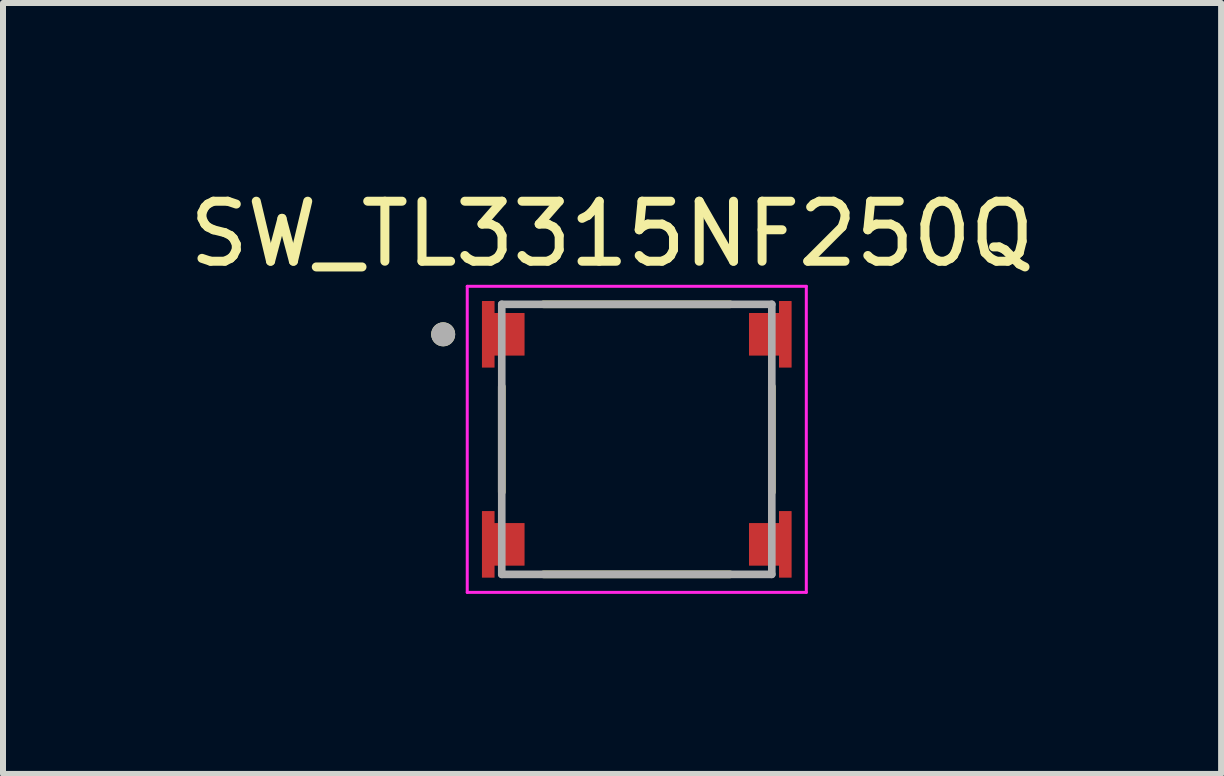
<source format=kicad_pcb>
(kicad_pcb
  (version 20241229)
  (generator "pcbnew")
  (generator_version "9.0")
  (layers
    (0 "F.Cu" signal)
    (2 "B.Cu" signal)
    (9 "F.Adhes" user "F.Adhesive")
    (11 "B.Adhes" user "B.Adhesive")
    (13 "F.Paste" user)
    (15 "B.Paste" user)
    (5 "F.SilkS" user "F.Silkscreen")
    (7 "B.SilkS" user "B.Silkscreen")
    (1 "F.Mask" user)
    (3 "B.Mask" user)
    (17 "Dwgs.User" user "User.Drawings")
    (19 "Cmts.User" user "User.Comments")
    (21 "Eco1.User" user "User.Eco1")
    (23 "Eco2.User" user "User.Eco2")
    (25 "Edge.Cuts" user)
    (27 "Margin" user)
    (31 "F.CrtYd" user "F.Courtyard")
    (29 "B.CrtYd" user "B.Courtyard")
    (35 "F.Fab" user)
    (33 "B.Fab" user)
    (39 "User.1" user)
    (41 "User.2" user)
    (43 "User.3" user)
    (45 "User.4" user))
  (footprint "SW_TL3315NF250Q"
    (layer "F.Cu")
    (at 7.561 4.271)
    (property "Reference" "SW_TL3315NF250Q" (at -0.412 -3.423 0) (layer "F.SilkS") (effects (font (size 1 1) (thickness 0.15))))
    (attr smd)
    (fp_poly (pts (xy -2.675 -2.4) (xy -2.675 -1.1) (xy -2.275 -1.1) (xy -2.275 -1.3) (xy -1.775 -1.3) (xy -1.775 -2.2) (xy -2.275 -2.2) (xy -2.275 -2.4)) (stroke (width 0.01) (type solid)) (fill yes) (layer "F.Mask"))
    (fp_poly (pts (xy -2.275 2.4) (xy -2.675 2.4) (xy -2.675 1.1) (xy -2.275 1.1) (xy -2.275 1.3) (xy -1.775 1.3) (xy -1.775 2.2) (xy -2.275 2.2)) (stroke (width 0.01) (type solid)) (fill yes) (layer "F.Mask"))
    (fp_poly (pts (xy 2.275 -1.3) (xy 1.775 -1.3) (xy 1.775 -2.2) (xy 2.275 -2.2) (xy 2.275 -2.4) (xy 2.675 -2.4) (xy 2.675 -1.1) (xy 2.275 -1.1)) (stroke (width 0.01) (type solid)) (fill yes) (layer "F.Mask"))
    (fp_poly (pts (xy 2.275 2.2) (xy 1.775 2.2) (xy 1.775 1.3) (xy 2.275 1.3) (xy 2.275 1.1) (xy 2.675 1.1) (xy 2.675 2.4) (xy 2.275 2.4)) (stroke (width 0.01) (type solid)) (fill yes) (layer "F.Mask"))
    (fp_line (start -2.25 -0.88) (end -2.25 0.88) (stroke (width 0.127) (type solid)) (layer "F.SilkS"))
    (fp_line (start -1.555 -2.25) (end 1.555 -2.25) (stroke (width 0.127) (type solid)) (layer "F.SilkS"))
    (fp_line (start -1.555 2.25) (end 1.555 2.25) (stroke (width 0.127) (type solid)) (layer "F.SilkS"))
    (fp_line (start 2.25 -0.88) (end 2.25 0.88) (stroke (width 0.127) (type solid)) (layer "F.SilkS"))
    (fp_circle (center -3.226 -1.75) (end -3.126 -1.75) (stroke (width 0.2) (type solid)) (fill no) (layer "F.SilkS"))
    (fp_poly (pts (xy -2.375 -1.2) (xy -2.575 -1.2) (xy -2.575 -2.3) (xy -2.375 -2.3) (xy -2.375 -2.1) (xy -1.875 -2.1) (xy -1.875 -1.4) (xy -2.375 -1.4)) (stroke (width 0.01) (type solid)) (fill yes) (layer "F.Paste"))
    (fp_poly (pts (xy -2.375 2.3) (xy -2.575 2.3) (xy -2.575 1.2) (xy -2.375 1.2) (xy -2.375 1.4) (xy -1.875 1.4) (xy -1.875 2.1) (xy -2.375 2.1)) (stroke (width 0.01) (type solid)) (fill yes) (layer "F.Paste"))
    (fp_poly (pts (xy 2.375 -1.4) (xy 1.875 -1.4) (xy 1.875 -2.1) (xy 2.375 -2.1) (xy 2.375 -2.3) (xy 2.575 -2.3) (xy 2.575 -1.2) (xy 2.375 -1.2)) (stroke (width 0.01) (type solid)) (fill yes) (layer "F.Paste"))
    (fp_poly (pts (xy 2.375 2.1) (xy 1.875 2.1) (xy 1.875 1.4) (xy 2.375 1.4) (xy 2.375 1.2) (xy 2.575 1.2) (xy 2.575 2.3) (xy 2.375 2.3)) (stroke (width 0.01) (type solid)) (fill yes) (layer "F.Paste"))
    (fp_line (start -2.825 -2.55) (end -2.825 2.55) (stroke (width 0.05) (type solid)) (layer "F.CrtYd"))
    (fp_line (start -2.825 2.55) (end 2.825 2.55) (stroke (width 0.05) (type solid)) (layer "F.CrtYd"))
    (fp_line (start 2.825 -2.55) (end -2.825 -2.55) (stroke (width 0.05) (type solid)) (layer "F.CrtYd"))
    (fp_line (start 2.825 2.55) (end 2.825 -2.55) (stroke (width 0.05) (type solid)) (layer "F.CrtYd"))
    (fp_line (start -2.25 -2.25) (end 2.25 -2.25) (stroke (width 0.127) (type solid)) (layer "F.Fab"))
    (fp_line (start -2.25 2.25) (end -2.25 -2.25) (stroke (width 0.127) (type solid)) (layer "F.Fab"))
    (fp_line (start 2.25 -2.25) (end 2.25 2.25) (stroke (width 0.127) (type solid)) (layer "F.Fab"))
    (fp_line (start 2.25 2.25) (end -2.25 2.25) (stroke (width 0.127) (type solid)) (layer "F.Fab"))
    (fp_circle (center -3.226 -1.75) (end -3.126 -1.75) (stroke (width 0.2) (type solid)) (fill no) (layer "F.Fab"))
    (pad "1" smd custom (at -2.23 -1.75) (size 0.5 0.5) (layers "F.Cu") (options (anchor rect)) (primitives (gr_poly (pts (xy -0.145 0.55) (xy -0.345 0.55) (xy -0.345 -0.55) (xy -0.145 -0.55) (xy -0.145 -0.35) (xy 0.355 -0.35) (xy 0.355 0.35) (xy -0.145 0.35)) (width 0.01) (fill yes))))
    (pad "2" smd custom (at 2.23 -1.75) (size 0.5 0.5) (layers "F.Cu") (options (anchor rect)) (primitives (gr_poly (pts (xy 0.145 0.35) (xy -0.355 0.35) (xy -0.355 -0.35) (xy 0.145 -0.35) (xy 0.145 -0.55) (xy 0.345 -0.55) (xy 0.345 0.55) (xy 0.145 0.55)) (width 0.01) (fill yes))))
    (pad "3" smd custom (at -2.23 1.75) (size 0.5 0.5) (layers "F.Cu") (options (anchor rect)) (primitives (gr_poly (pts (xy -0.145 0.55) (xy -0.345 0.55) (xy -0.345 -0.55) (xy -0.145 -0.55) (xy -0.145 -0.35) (xy 0.355 -0.35) (xy 0.355 0.35) (xy -0.145 0.35)) (width 0.01) (fill yes))))
    (pad "4" smd custom (at 2.23 1.75) (size 0.5 0.5) (layers "F.Cu") (options (anchor rect)) (primitives (gr_poly (pts (xy 0.145 0.35) (xy -0.355 0.35) (xy -0.355 -0.35) (xy 0.145 -0.35) (xy 0.145 -0.55) (xy 0.345 -0.55) (xy 0.345 0.55) (xy 0.145 0.55)) (width 0.01) (fill yes)))))
  (gr_rect
    (start -3 -3)
    (end 17.298 9.846)
    (stroke (width 0.1) (type default))
    (fill no)
    (layer "Edge.Cuts")))
</source>
